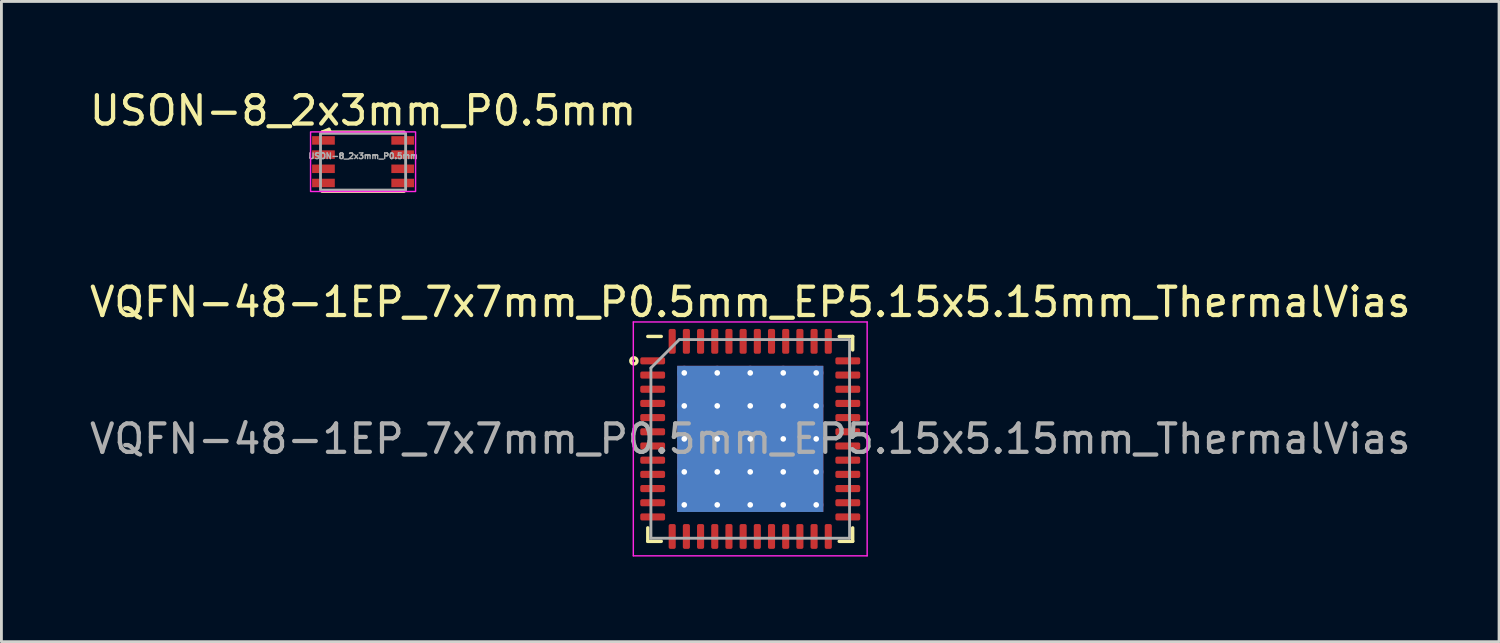
<source format=kicad_pcb>
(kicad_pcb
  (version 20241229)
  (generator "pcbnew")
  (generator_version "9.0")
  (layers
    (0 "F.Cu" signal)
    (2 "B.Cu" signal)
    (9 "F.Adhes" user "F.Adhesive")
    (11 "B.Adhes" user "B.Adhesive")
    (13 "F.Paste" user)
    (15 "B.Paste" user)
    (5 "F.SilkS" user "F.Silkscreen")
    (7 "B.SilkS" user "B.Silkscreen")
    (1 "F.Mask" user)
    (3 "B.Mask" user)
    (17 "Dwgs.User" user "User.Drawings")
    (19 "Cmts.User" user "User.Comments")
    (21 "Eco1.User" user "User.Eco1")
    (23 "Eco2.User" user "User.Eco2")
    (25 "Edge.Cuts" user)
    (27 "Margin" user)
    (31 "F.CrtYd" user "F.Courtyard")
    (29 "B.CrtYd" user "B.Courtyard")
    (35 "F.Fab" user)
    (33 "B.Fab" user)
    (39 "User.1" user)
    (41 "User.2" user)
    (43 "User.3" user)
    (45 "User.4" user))
  (footprint "USON-8_2x3mm_P0.5mm"
    (layer "F.Cu")
    (at 9.744 2.648)
    (property "Reference" "USON-8_2x3mm_P0.5mm" (at 0 -1.8 0) (unlocked yes) (layer "F.SilkS") (effects (font (size 1 1) (thickness 0.15))))
    (attr smd)
    (fp_line (start -1.45 -1.05) (end -1.2 -1.15) (stroke (width 0.1) (type solid)) (layer "F.SilkS"))
    (fp_line (start -1.45 -1.05) (end 1.45 -1.05) (stroke (width 0.1) (type solid)) (layer "F.SilkS"))
    (fp_line (start -1.45 1.05) (end 1.45 1.05) (stroke (width 0.1) (type solid)) (layer "F.SilkS"))
    (fp_line (start -1.2 -1.15) (end -1.15 -1.05) (stroke (width 0.1) (type solid)) (layer "F.SilkS"))
    (fp_rect (start -1.85 -1.05) (end 1.85 1.05) (stroke (width 0.05) (type default)) (fill no) (layer "F.CrtYd"))
    (fp_rect (start -1.5 -1) (end 1.5 1) (stroke (width 0.1) (type default)) (fill no) (layer "F.Fab"))
    (fp_text user "${REFERENCE}" (at 0 -0.2 0) (unlocked yes) (layer "F.Fab") (effects (font (size 0.2 0.2) (thickness 0.05))))
    (pad "1" smd rect (at -1.396 -0.75) (size 0.8 0.3) (layers "F.Cu" "F.Mask" "F.Paste"))
    (pad "2" smd rect (at -1.396 -0.25) (size 0.8 0.3) (layers "F.Cu" "F.Mask" "F.Paste"))
    (pad "3" smd rect (at -1.396 0.25) (size 0.8 0.3) (layers "F.Cu" "F.Mask" "F.Paste"))
    (pad "4" smd rect (at -1.396 0.75) (size 0.8 0.3) (layers "F.Cu" "F.Mask" "F.Paste"))
    (pad "5" smd rect (at 1.396 0.75) (size 0.8 0.3) (layers "F.Cu" "F.Mask" "F.Paste"))
    (pad "6" smd rect (at 1.396 0.25) (size 0.8 0.3) (layers "F.Cu" "F.Mask" "F.Paste"))
    (pad "7" smd rect (at 1.396 -0.25) (size 0.8 0.3) (layers "F.Cu" "F.Mask" "F.Paste"))
    (pad "8" smd rect (at 1.396 -0.75) (size 0.8 0.3) (layers "F.Cu" "F.Mask" "F.Paste")))
  (footprint "VQFN-48-1EP_7x7mm_P0.5mm_EP5.15x5.15mm_ThermalVias"
    (layer "F.Cu")
    (at 23.387 12.416)
    (property "Reference" "VQFN-48-1EP_7x7mm_P0.5mm_EP5.15x5.15mm_ThermalVias" (at 0 -4.82 0) (layer "F.SilkS") (effects (font (size 1 1) (thickness 0.15))))
    (attr smd)
    (fp_line (start -3.61 3.61) (end -3.61 3.135) (stroke (width 0.12) (type solid)) (layer "F.SilkS"))
    (fp_line (start -3.135 -3.61) (end -3.61 -3.61) (stroke (width 0.12) (type solid)) (layer "F.SilkS"))
    (fp_line (start -3.135 3.61) (end -3.61 3.61) (stroke (width 0.12) (type solid)) (layer "F.SilkS"))
    (fp_line (start 3.135 -3.61) (end 3.61 -3.61) (stroke (width 0.12) (type solid)) (layer "F.SilkS"))
    (fp_line (start 3.135 3.61) (end 3.61 3.61) (stroke (width 0.12) (type solid)) (layer "F.SilkS"))
    (fp_line (start 3.61 -3.61) (end 3.61 -3.135) (stroke (width 0.12) (type solid)) (layer "F.SilkS"))
    (fp_line (start 3.61 3.61) (end 3.61 3.135) (stroke (width 0.12) (type solid)) (layer "F.SilkS"))
    (fp_circle (center -4.1 -2.75) (end -4.15 -2.75) (stroke (width 0.12) (type default)) (fill no) (layer "F.SilkS"))
    (fp_line (start -4.12 -4.12) (end -4.12 4.12) (stroke (width 0.05) (type solid)) (layer "F.CrtYd"))
    (fp_line (start -4.12 4.12) (end 4.12 4.12) (stroke (width 0.05) (type solid)) (layer "F.CrtYd"))
    (fp_line (start 4.12 -4.12) (end -4.12 -4.12) (stroke (width 0.05) (type solid)) (layer "F.CrtYd"))
    (fp_line (start 4.12 4.12) (end 4.12 -4.12) (stroke (width 0.05) (type solid)) (layer "F.CrtYd"))
    (fp_line (start -3.5 -2.5) (end -2.5 -3.5) (stroke (width 0.1) (type solid)) (layer "F.Fab"))
    (fp_line (start -3.5 3.5) (end -3.5 -2.5) (stroke (width 0.1) (type solid)) (layer "F.Fab"))
    (fp_line (start -2.5 -3.5) (end 3.5 -3.5) (stroke (width 0.1) (type solid)) (layer "F.Fab"))
    (fp_line (start 3.5 -3.5) (end 3.5 3.5) (stroke (width 0.1) (type solid)) (layer "F.Fab"))
    (fp_line (start 3.5 3.5) (end -3.5 3.5) (stroke (width 0.1) (type solid)) (layer "F.Fab"))
    (fp_text user "${REFERENCE}" (at 0 0 0) (layer "F.Fab") (effects (font (size 1 1) (thickness 0.15))))
    (pad "" smd roundrect (at -1.29 -1.29) (size 1.8 1.8) (layers "F.Paste") (roundrect_rratio 0.12))
    (pad "" smd roundrect (at -1.29 1.29) (size 1.8 1.8) (layers "F.Paste") (roundrect_rratio 0.12))
    (pad "" smd roundrect (at 1.29 -1.29) (size 1.8 1.8) (layers "F.Paste") (roundrect_rratio 0.12))
    (pad "" smd roundrect (at 1.29 1.29) (size 1.8 1.8) (layers "F.Paste") (roundrect_rratio 0.12))
    (pad "1" smd roundrect (at -3.438 -2.75) (size 0.875 0.25) (layers "F.Cu" "F.Mask" "F.Paste") (roundrect_rratio 0.25))
    (pad "2" smd roundrect (at -3.438 -2.25) (size 0.875 0.25) (layers "F.Cu" "F.Mask" "F.Paste") (roundrect_rratio 0.25))
    (pad "3" smd roundrect (at -3.438 -1.75) (size 0.875 0.25) (layers "F.Cu" "F.Mask" "F.Paste") (roundrect_rratio 0.25))
    (pad "4" smd roundrect (at -3.438 -1.25) (size 0.875 0.25) (layers "F.Cu" "F.Mask" "F.Paste") (roundrect_rratio 0.25))
    (pad "5" smd roundrect (at -3.438 -0.75) (size 0.875 0.25) (layers "F.Cu" "F.Mask" "F.Paste") (roundrect_rratio 0.25))
    (pad "6" smd roundrect (at -3.438 -0.25) (size 0.875 0.25) (layers "F.Cu" "F.Mask" "F.Paste") (roundrect_rratio 0.25))
    (pad "7" smd roundrect (at -3.438 0.25) (size 0.875 0.25) (layers "F.Cu" "F.Mask" "F.Paste") (roundrect_rratio 0.25))
    (pad "8" smd roundrect (at -3.438 0.75) (size 0.875 0.25) (layers "F.Cu" "F.Mask" "F.Paste") (roundrect_rratio 0.25))
    (pad "9" smd roundrect (at -3.438 1.25) (size 0.875 0.25) (layers "F.Cu" "F.Mask" "F.Paste") (roundrect_rratio 0.25))
    (pad "10" smd roundrect (at -3.438 1.75) (size 0.875 0.25) (layers "F.Cu" "F.Mask" "F.Paste") (roundrect_rratio 0.25))
    (pad "11" smd roundrect (at -3.438 2.25) (size 0.875 0.25) (layers "F.Cu" "F.Mask" "F.Paste") (roundrect_rratio 0.25))
    (pad "12" smd roundrect (at -3.438 2.75) (size 0.875 0.25) (layers "F.Cu" "F.Mask" "F.Paste") (roundrect_rratio 0.25))
    (pad "13" smd roundrect (at -2.75 3.438) (size 0.25 0.875) (layers "F.Cu" "F.Mask" "F.Paste") (roundrect_rratio 0.25))
    (pad "14" smd roundrect (at -2.25 3.438) (size 0.25 0.875) (layers "F.Cu" "F.Mask" "F.Paste") (roundrect_rratio 0.25))
    (pad "15" smd roundrect (at -1.75 3.438) (size 0.25 0.875) (layers "F.Cu" "F.Mask" "F.Paste") (roundrect_rratio 0.25))
    (pad "16" smd roundrect (at -1.25 3.438) (size 0.25 0.875) (layers "F.Cu" "F.Mask" "F.Paste") (roundrect_rratio 0.25))
    (pad "17" smd roundrect (at -0.75 3.438) (size 0.25 0.875) (layers "F.Cu" "F.Mask" "F.Paste") (roundrect_rratio 0.25))
    (pad "18" smd roundrect (at -0.25 3.438) (size 0.25 0.875) (layers "F.Cu" "F.Mask" "F.Paste") (roundrect_rratio 0.25))
    (pad "19" smd roundrect (at 0.25 3.438) (size 0.25 0.875) (layers "F.Cu" "F.Mask" "F.Paste") (roundrect_rratio 0.25))
    (pad "20" smd roundrect (at 0.75 3.438) (size 0.25 0.875) (layers "F.Cu" "F.Mask" "F.Paste") (roundrect_rratio 0.25))
    (pad "21" smd roundrect (at 1.25 3.438) (size 0.25 0.875) (layers "F.Cu" "F.Mask" "F.Paste") (roundrect_rratio 0.25))
    (pad "22" smd roundrect (at 1.75 3.438) (size 0.25 0.875) (layers "F.Cu" "F.Mask" "F.Paste") (roundrect_rratio 0.25))
    (pad "23" smd roundrect (at 2.25 3.438) (size 0.25 0.875) (layers "F.Cu" "F.Mask" "F.Paste") (roundrect_rratio 0.25))
    (pad "24" smd roundrect (at 2.75 3.438) (size 0.25 0.875) (layers "F.Cu" "F.Mask" "F.Paste") (roundrect_rratio 0.25))
    (pad "25" smd roundrect (at 3.438 2.75) (size 0.875 0.25) (layers "F.Cu" "F.Mask" "F.Paste") (roundrect_rratio 0.25))
    (pad "26" smd roundrect (at 3.438 2.25) (size 0.875 0.25) (layers "F.Cu" "F.Mask" "F.Paste") (roundrect_rratio 0.25))
    (pad "27" smd roundrect (at 3.438 1.75) (size 0.875 0.25) (layers "F.Cu" "F.Mask" "F.Paste") (roundrect_rratio 0.25))
    (pad "28" smd roundrect (at 3.438 1.25) (size 0.875 0.25) (layers "F.Cu" "F.Mask" "F.Paste") (roundrect_rratio 0.25))
    (pad "29" smd roundrect (at 3.438 0.75) (size 0.875 0.25) (layers "F.Cu" "F.Mask" "F.Paste") (roundrect_rratio 0.25))
    (pad "30" smd roundrect (at 3.438 0.25) (size 0.875 0.25) (layers "F.Cu" "F.Mask" "F.Paste") (roundrect_rratio 0.25))
    (pad "31" smd roundrect (at 3.438 -0.25) (size 0.875 0.25) (layers "F.Cu" "F.Mask" "F.Paste") (roundrect_rratio 0.25))
    (pad "32" smd roundrect (at 3.438 -0.75) (size 0.875 0.25) (layers "F.Cu" "F.Mask" "F.Paste") (roundrect_rratio 0.25))
    (pad "33" smd roundrect (at 3.438 -1.25) (size 0.875 0.25) (layers "F.Cu" "F.Mask" "F.Paste") (roundrect_rratio 0.25))
    (pad "34" smd roundrect (at 3.438 -1.75) (size 0.875 0.25) (layers "F.Cu" "F.Mask" "F.Paste") (roundrect_rratio 0.25))
    (pad "35" smd roundrect (at 3.438 -2.25) (size 0.875 0.25) (layers "F.Cu" "F.Mask" "F.Paste") (roundrect_rratio 0.25))
    (pad "36" smd roundrect (at 3.438 -2.75) (size 0.875 0.25) (layers "F.Cu" "F.Mask" "F.Paste") (roundrect_rratio 0.25))
    (pad "37" smd roundrect (at 2.75 -3.438) (size 0.25 0.875) (layers "F.Cu" "F.Mask" "F.Paste") (roundrect_rratio 0.25))
    (pad "38" smd roundrect (at 2.25 -3.438) (size 0.25 0.875) (layers "F.Cu" "F.Mask" "F.Paste") (roundrect_rratio 0.25))
    (pad "39" smd roundrect (at 1.75 -3.438) (size 0.25 0.875) (layers "F.Cu" "F.Mask" "F.Paste") (roundrect_rratio 0.25))
    (pad "40" smd roundrect (at 1.25 -3.438) (size 0.25 0.875) (layers "F.Cu" "F.Mask" "F.Paste") (roundrect_rratio 0.25))
    (pad "41" smd roundrect (at 0.75 -3.438) (size 0.25 0.875) (layers "F.Cu" "F.Mask" "F.Paste") (roundrect_rratio 0.25))
    (pad "42" smd roundrect (at 0.25 -3.438) (size 0.25 0.875) (layers "F.Cu" "F.Mask" "F.Paste") (roundrect_rratio 0.25))
    (pad "43" smd roundrect (at -0.25 -3.438) (size 0.25 0.875) (layers "F.Cu" "F.Mask" "F.Paste") (roundrect_rratio 0.25))
    (pad "44" smd roundrect (at -0.75 -3.438) (size 0.25 0.875) (layers "F.Cu" "F.Mask" "F.Paste") (roundrect_rratio 0.25))
    (pad "45" smd roundrect (at -1.25 -3.438) (size 0.25 0.875) (layers "F.Cu" "F.Mask" "F.Paste") (roundrect_rratio 0.25))
    (pad "46" smd roundrect (at -1.75 -3.438) (size 0.25 0.875) (layers "F.Cu" "F.Mask" "F.Paste") (roundrect_rratio 0.25))
    (pad "47" smd roundrect (at -2.25 -3.438) (size 0.25 0.875) (layers "F.Cu" "F.Mask" "F.Paste") (roundrect_rratio 0.25))
    (pad "48" smd roundrect (at -2.75 -3.438) (size 0.25 0.875) (layers "F.Cu" "F.Mask" "F.Paste") (roundrect_rratio 0.25))
    (pad "49" thru_hole circle (at -2.325 -2.325) (size 0.5 0.5) (drill 0.2) (layers "*.Cu"))
    (pad "49" thru_hole circle (at -2.325 -1.163) (size 0.5 0.5) (drill 0.2) (layers "*.Cu"))
    (pad "49" thru_hole circle (at -2.325 0) (size 0.5 0.5) (drill 0.2) (layers "*.Cu"))
    (pad "49" thru_hole circle (at -2.325 1.163) (size 0.5 0.5) (drill 0.2) (layers "*.Cu"))
    (pad "49" thru_hole circle (at -2.325 2.325) (size 0.5 0.5) (drill 0.2) (layers "*.Cu"))
    (pad "49" thru_hole circle (at -1.163 -2.325) (size 0.5 0.5) (drill 0.2) (layers "*.Cu"))
    (pad "49" thru_hole circle (at -1.163 -1.163) (size 0.5 0.5) (drill 0.2) (layers "*.Cu"))
    (pad "49" thru_hole circle (at -1.163 0) (size 0.5 0.5) (drill 0.2) (layers "*.Cu"))
    (pad "49" thru_hole circle (at -1.163 1.163) (size 0.5 0.5) (drill 0.2) (layers "*.Cu"))
    (pad "49" thru_hole circle (at -1.163 2.325) (size 0.5 0.5) (drill 0.2) (layers "*.Cu"))
    (pad "49" thru_hole circle (at 0 -2.325) (size 0.5 0.5) (drill 0.2) (layers "*.Cu"))
    (pad "49" thru_hole circle (at 0 -1.163) (size 0.5 0.5) (drill 0.2) (layers "*.Cu"))
    (pad "49" thru_hole circle (at 0 0) (size 0.5 0.5) (drill 0.2) (layers "*.Cu"))
    (pad "49" smd rect (at 0 0) (size 5.15 5.15) (layers "F.Cu" "F.Mask"))
    (pad "49" smd rect (at 0 0) (size 5.15 5.15) (layers "B.Cu"))
    (pad "49" thru_hole circle (at 0 1.163) (size 0.5 0.5) (drill 0.2) (layers "*.Cu"))
    (pad "49" thru_hole circle (at 0 2.325) (size 0.5 0.5) (drill 0.2) (layers "*.Cu"))
    (pad "49" thru_hole circle (at 1.163 -2.325) (size 0.5 0.5) (drill 0.2) (layers "*.Cu"))
    (pad "49" thru_hole circle (at 1.163 -1.163) (size 0.5 0.5) (drill 0.2) (layers "*.Cu"))
    (pad "49" thru_hole circle (at 1.163 0) (size 0.5 0.5) (drill 0.2) (layers "*.Cu"))
    (pad "49" thru_hole circle (at 1.163 1.163) (size 0.5 0.5) (drill 0.2) (layers "*.Cu"))
    (pad "49" thru_hole circle (at 1.163 2.325) (size 0.5 0.5) (drill 0.2) (layers "*.Cu"))
    (pad "49" thru_hole circle (at 2.325 -2.325) (size 0.5 0.5) (drill 0.2) (layers "*.Cu"))
    (pad "49" thru_hole circle (at 2.325 -1.163) (size 0.5 0.5) (drill 0.2) (layers "*.Cu"))
    (pad "49" thru_hole circle (at 2.325 0) (size 0.5 0.5) (drill 0.2) (layers "*.Cu"))
    (pad "49" thru_hole circle (at 2.325 1.163) (size 0.5 0.5) (drill 0.2) (layers "*.Cu"))
    (pad "49" thru_hole circle (at 2.325 2.325) (size 0.5 0.5) (drill 0.2) (layers "*.Cu")))
  (gr_rect
    (start -3 -3)
    (end 49.774 19.561)
    (stroke (width 0.1) (type default))
    (fill no)
    (layer "Edge.Cuts")))
</source>
